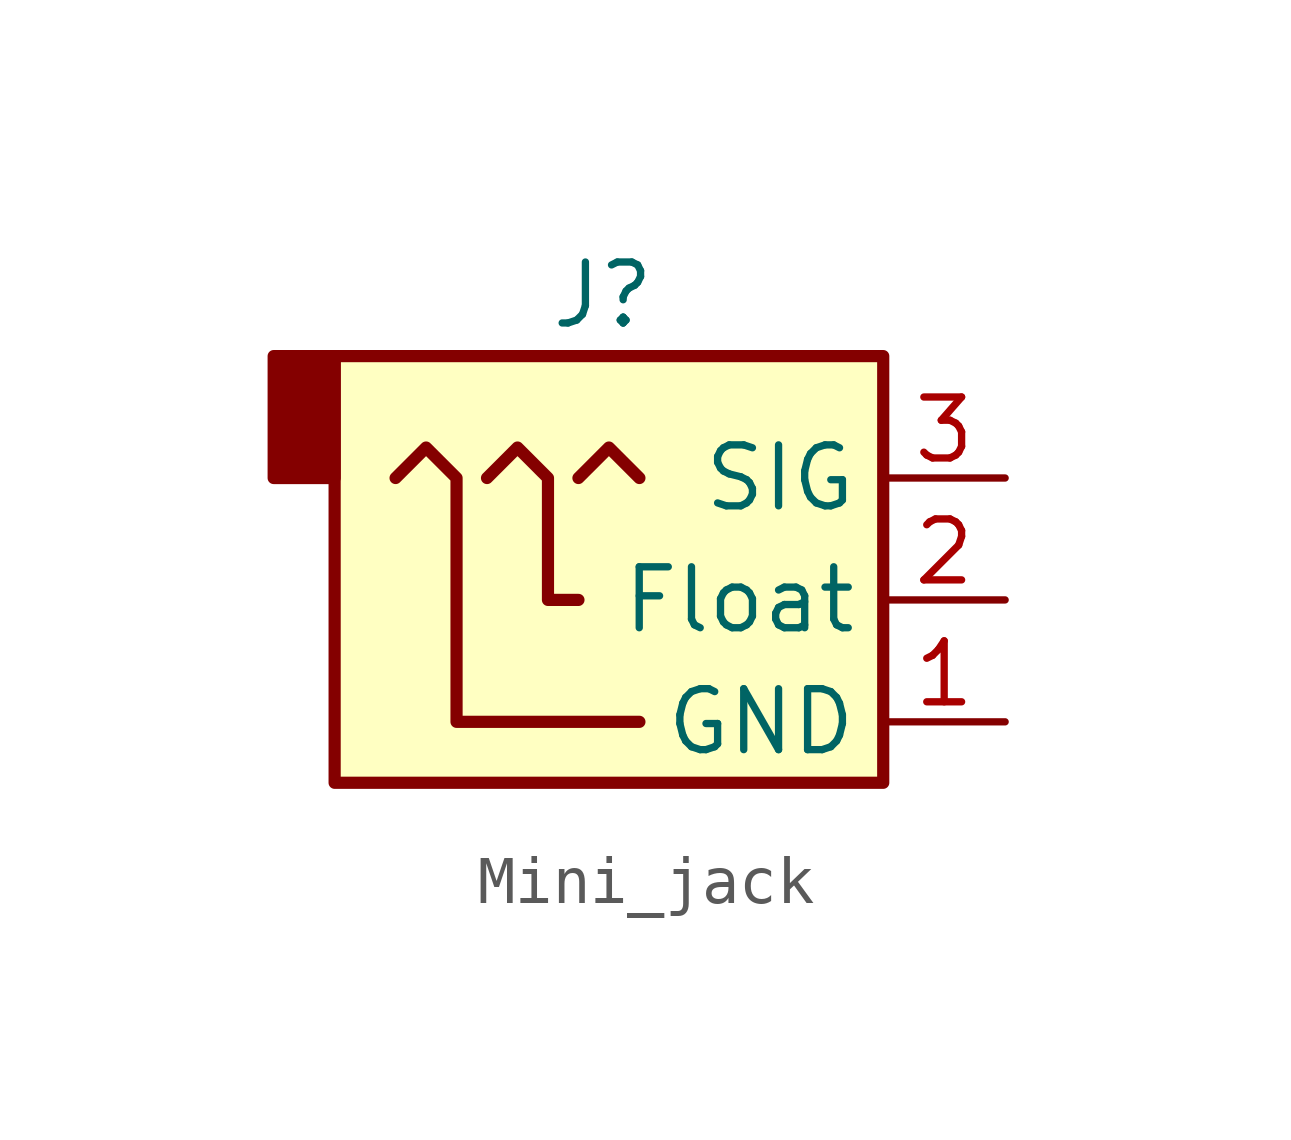
<source format=kicad_sym>
(kicad_symbol_lib
  (version 20241209)
  (generator "kicad_symbol_editor")
  (generator_version "9.0")
  (symbol "Mini_jack"
    (property "Reference" "J"
      (at -0.762 6.35 0)
      (effects (font (size 1.27 1.27))))
    (property "Value" ""
      (at 0 0 0)
      (effects (font (size 1.27 1.27))))
    (symbol "Mini_jack_0_1"
      (rectangle (start -7.62 5.08) (end -6.35 2.54) (stroke (width 0.254) (type default)) (fill (type outline)))
      (rectangle (start -6.35 5.08) (end 5.08 -3.81) (stroke (width 0.254) (type default)) (fill (type background)))
      (polyline (pts (xy -3.175 2.54) (xy -2.54 3.175) (xy -1.905 2.54) (xy -1.905 0) (xy -1.27 0)) (stroke (width 0.254) (type default)) (fill (type none)))
      (polyline (pts (xy -1.27 2.54) (xy -0.635 3.175) (xy 0 2.54) (xy 0 2.54)) (stroke (width 0.254) (type default)) (fill (type none)))
      (polyline (pts (xy 0 -2.54) (xy -3.81 -2.54) (xy -3.81 2.54) (xy -4.445 3.175) (xy -5.08 2.54)) (stroke (width 0.254) (type default)) (fill (type none))))
    (symbol "Mini_jack_1_1"
      (pin passive line (at 7.62 2.54 180) (length 2.54) (name "SIG" (effects (font (size 1.27 1.27)))) (number "3" (effects (font (size 1.27 1.27)))))
      (pin passive line (at 7.62 0 180) (length 2.54) (name "Float" (effects (font (size 1.27 1.27)))) (number "2" (effects (font (size 1.27 1.27)))))
      (pin passive line (at 7.62 -2.54 180) (length 2.54) (name "GND" (effects (font (size 1.27 1.27)))) (number "1" (effects (font (size 1.27 1.27))))))))
</source>
